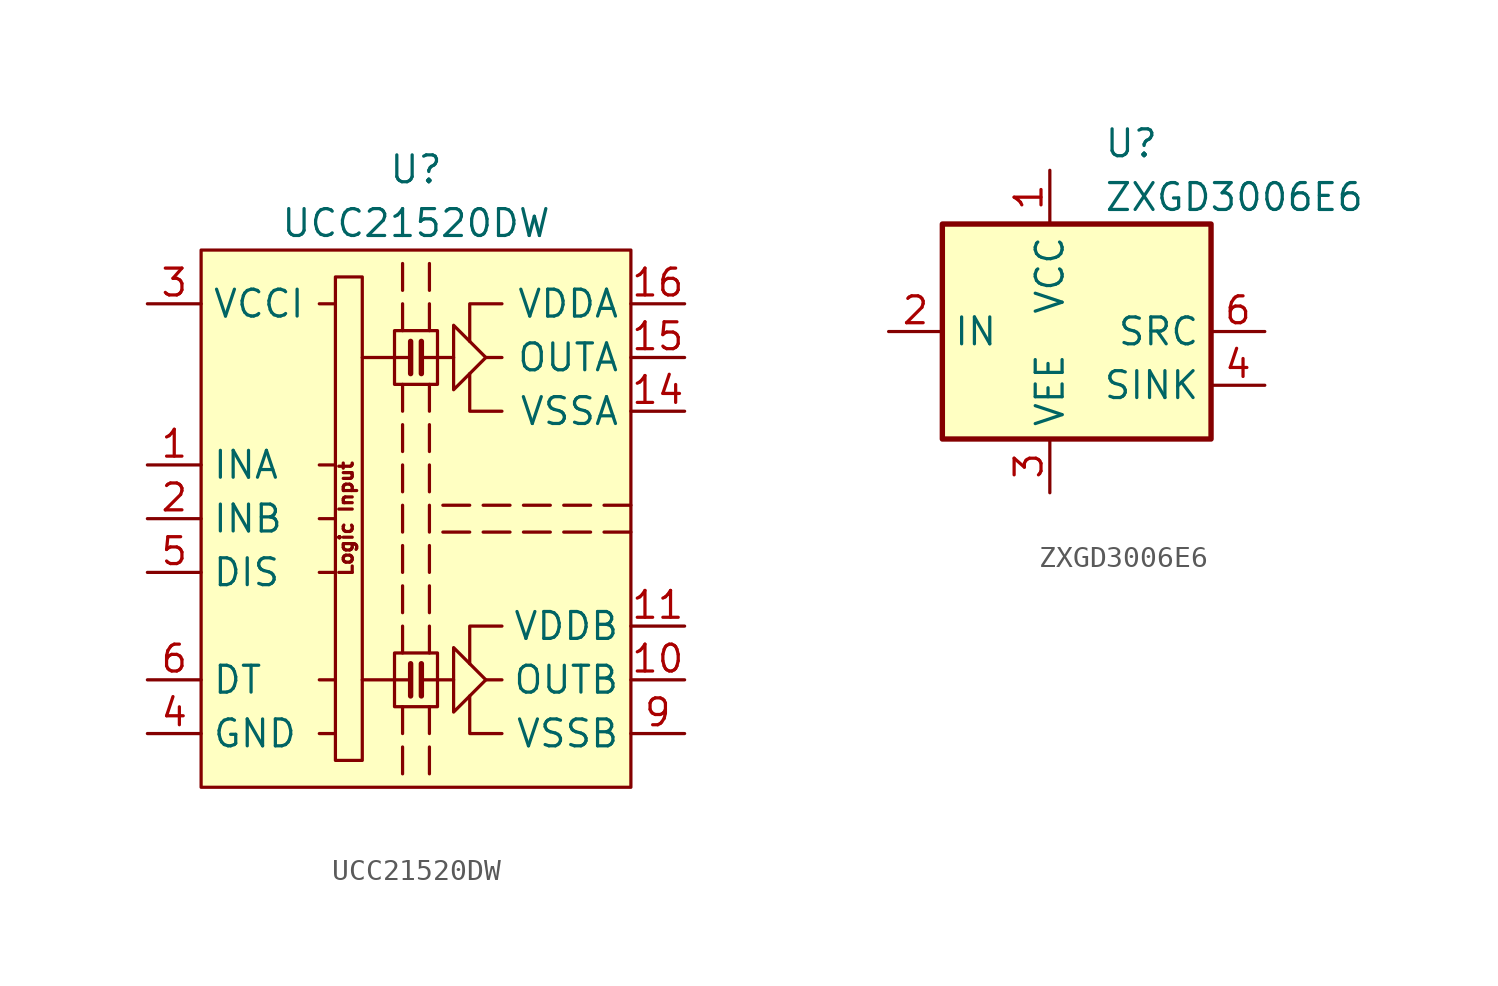
<source format=kicad_sym>
(kicad_symbol_lib
  (version 20201005)
  (generator kicad_symbol_editor)
  (symbol "Driver_FET:UCC21520DW"
    (property "Reference" "U"
      (at 0 16.51 0)
      (effects (font (size 1.27 1.27))))
    (property "Value" "UCC21520DW"
      (at 0 13.97 0)
      (effects (font (size 1.27 1.27))))
    (symbol "UCC21520DW_0_0"
      (text "Logic Input" (at -3.302 0 900) (effects (font (size 0.635 0.635))))
      (rectangle (start 1.016 -6.35) (end -1.016 -8.89) (stroke (width 0)) (fill (type none)))
      (rectangle (start 1.016 8.89) (end -1.016 6.35) (stroke (width 0)) (fill (type none)))
      (polyline (pts (xy -0.635 6.35) (xy -0.635 5.08)) (stroke (width 0)) (fill (type none)))
      (polyline (pts (xy -0.635 10.16) (xy -0.635 8.89)) (stroke (width 0)) (fill (type none)))
      (polyline (pts (xy -0.635 12.065) (xy -0.635 10.795)) (stroke (width 0)) (fill (type none)))
      (polyline (pts (xy -0.254 -7.62) (xy -2.54 -7.62)) (stroke (width 0)) (fill (type none)))
      (polyline (pts (xy -0.254 -6.858) (xy -0.254 -8.382)) (stroke (width 0.254)) (fill (type none)))
      (polyline (pts (xy -0.254 7.62) (xy -2.54 7.62)) (stroke (width 0)) (fill (type none)))
      (polyline (pts (xy -0.254 8.382) (xy -0.254 6.858)) (stroke (width 0.254)) (fill (type none)))
      (polyline (pts (xy 0.254 -7.62) (xy 1.778 -7.62)) (stroke (width 0)) (fill (type none)))
      (polyline (pts (xy 0.254 -6.858) (xy 0.254 -8.382)) (stroke (width 0.254)) (fill (type none)))
      (polyline (pts (xy 0.254 7.62) (xy 1.778 7.62)) (stroke (width 0)) (fill (type none)))
      (polyline (pts (xy 0.254 8.382) (xy 0.254 6.858)) (stroke (width 0.254)) (fill (type none)))
      (polyline (pts (xy 0.635 6.35) (xy 0.635 5.08)) (stroke (width 0)) (fill (type none)))
      (polyline (pts (xy 0.635 8.89) (xy 0.635 10.16)) (stroke (width 0)) (fill (type none)))
      (polyline (pts (xy 0.635 10.795) (xy 0.635 12.065)) (stroke (width 0)) (fill (type none)))
      (polyline (pts (xy 2.54 -0.635) (xy 1.27 -0.635)) (stroke (width 0)) (fill (type none)))
      (polyline (pts (xy 2.54 0.635) (xy 1.27 0.635)) (stroke (width 0)) (fill (type none)))
      (polyline (pts (xy 4.064 -7.62) (xy 3.302 -7.62)) (stroke (width 0)) (fill (type none)))
      (polyline (pts (xy 4.064 7.62) (xy 3.302 7.62)) (stroke (width 0)) (fill (type none)))
      (polyline (pts (xy 4.445 -0.635) (xy 3.175 -0.635)) (stroke (width 0)) (fill (type none)))
      (polyline (pts (xy 4.445 0.635) (xy 3.175 0.635)) (stroke (width 0)) (fill (type none)))
      (polyline (pts (xy 6.35 -0.635) (xy 5.08 -0.635)) (stroke (width 0)) (fill (type none)))
      (polyline (pts (xy 6.35 0.635) (xy 5.08 0.635)) (stroke (width 0)) (fill (type none)))
      (polyline (pts (xy 8.255 -0.635) (xy 6.985 -0.635)) (stroke (width 0)) (fill (type none)))
      (polyline (pts (xy 8.255 0.635) (xy 6.985 0.635)) (stroke (width 0)) (fill (type none)))
      (polyline (pts (xy 10.16 -0.635) (xy 8.89 -0.635)) (stroke (width 0)) (fill (type none)))
      (polyline (pts (xy 10.16 0.635) (xy 8.89 0.635)) (stroke (width 0)) (fill (type none)))
      (polyline (pts (xy 4.064 -10.16) (xy 2.54 -10.16) (xy 2.54 -8.382)) (stroke (width 0)) (fill (type none)))
      (polyline (pts (xy 4.064 -5.08) (xy 2.54 -5.08) (xy 2.54 -6.858)) (stroke (width 0)) (fill (type none)))
      (polyline (pts (xy 4.064 5.08) (xy 2.54 5.08) (xy 2.54 6.858)) (stroke (width 0)) (fill (type none)))
      (polyline (pts (xy 4.064 10.16) (xy 2.54 10.16) (xy 2.54 8.382)) (stroke (width 0)) (fill (type none)))
      (polyline (pts (xy 3.302 -7.62) (xy 1.778 -9.144) (xy 1.778 -6.096) (xy 3.302 -7.62)) (stroke (width 0)) (fill (type none)))
      (polyline (pts (xy 3.302 7.62) (xy 1.778 6.096) (xy 1.778 9.144) (xy 3.302 7.62)) (stroke (width 0)) (fill (type none))))
    (symbol "UCC21520DW_0_1"
      (rectangle (start -3.81 11.43) (end -2.54 -11.43) (stroke (width 0)) (fill (type none)))
      (rectangle (start 10.16 12.7) (end -10.16 -12.7) (stroke (width 0)) (fill (type background)))
      (polyline (pts (xy -3.81 -10.16) (xy -4.572 -10.16)) (stroke (width 0)) (fill (type none)))
      (polyline (pts (xy -3.81 -7.62) (xy -4.572 -7.62)) (stroke (width 0)) (fill (type none)))
      (polyline (pts (xy -3.81 -2.54) (xy -4.572 -2.54)) (stroke (width 0)) (fill (type none)))
      (polyline (pts (xy -3.81 0) (xy -4.572 0)) (stroke (width 0)) (fill (type none)))
      (polyline (pts (xy -3.81 2.54) (xy -4.572 2.54)) (stroke (width 0)) (fill (type none)))
      (polyline (pts (xy -3.81 10.16) (xy -4.572 10.16)) (stroke (width 0)) (fill (type none)))
      (polyline (pts (xy -0.635 -10.795) (xy -0.635 -12.065)) (stroke (width 0)) (fill (type none)))
      (polyline (pts (xy -0.635 -8.89) (xy -0.635 -10.16)) (stroke (width 0)) (fill (type none)))
      (polyline (pts (xy -0.635 -5.08) (xy -0.635 -6.35)) (stroke (width 0)) (fill (type none)))
      (polyline (pts (xy -0.635 -3.175) (xy -0.635 -4.445)) (stroke (width 0)) (fill (type none)))
      (polyline (pts (xy -0.635 -1.27) (xy -0.635 -2.54)) (stroke (width 0)) (fill (type none)))
      (polyline (pts (xy -0.635 0.635) (xy -0.635 -0.635)) (stroke (width 0)) (fill (type none)))
      (polyline (pts (xy -0.635 2.54) (xy -0.635 1.27)) (stroke (width 0)) (fill (type none)))
      (polyline (pts (xy -0.635 4.445) (xy -0.635 3.175)) (stroke (width 0)) (fill (type none)))
      (polyline (pts (xy 0.635 -10.795) (xy 0.635 -12.065)) (stroke (width 0)) (fill (type none)))
      (polyline (pts (xy 0.635 -8.89) (xy 0.635 -10.16)) (stroke (width 0)) (fill (type none)))
      (polyline (pts (xy 0.635 -5.08) (xy 0.635 -6.35)) (stroke (width 0)) (fill (type none)))
      (polyline (pts (xy 0.635 -3.175) (xy 0.635 -4.445)) (stroke (width 0)) (fill (type none)))
      (polyline (pts (xy 0.635 -1.27) (xy 0.635 -2.54)) (stroke (width 0)) (fill (type none)))
      (polyline (pts (xy 0.635 0.635) (xy 0.635 -0.635)) (stroke (width 0)) (fill (type none)))
      (polyline (pts (xy 0.635 2.54) (xy 0.635 1.27)) (stroke (width 0)) (fill (type none)))
      (polyline (pts (xy 0.635 4.445) (xy 0.635 3.175)) (stroke (width 0)) (fill (type none))))
    (symbol "UCC21520DW_1_1"
      (pin input line (at -12.7 2.54 0) (length 2.54) (name "INA" (effects (font (size 1.27 1.27)))) (number "1" (effects (font (size 1.27 1.27)))))
      (pin output line (at 12.7 -7.62 180) (length 2.54) (name "OUTB" (effects (font (size 1.27 1.27)))) (number "10" (effects (font (size 1.27 1.27)))))
      (pin power_in line (at 12.7 -5.08 180) (length 2.54) (name "VDDB" (effects (font (size 1.27 1.27)))) (number "11" (effects (font (size 1.27 1.27)))))
      (pin no_connect line (at 10.16 -2.54 180) (length 2.54) hide (name "NC" (effects (font (size 1.27 1.27)))) (number "12" (effects (font (size 1.27 1.27)))))
      (pin no_connect line (at 10.16 2.54 180) (length 2.54) hide (name "NC" (effects (font (size 1.27 1.27)))) (number "13" (effects (font (size 1.27 1.27)))))
      (pin power_in line (at 12.7 5.08 180) (length 2.54) (name "VSSA" (effects (font (size 1.27 1.27)))) (number "14" (effects (font (size 1.27 1.27)))))
      (pin output line (at 12.7 7.62 180) (length 2.54) (name "OUTA" (effects (font (size 1.27 1.27)))) (number "15" (effects (font (size 1.27 1.27)))))
      (pin power_in line (at 12.7 10.16 180) (length 2.54) (name "VDDA" (effects (font (size 1.27 1.27)))) (number "16" (effects (font (size 1.27 1.27)))))
      (pin input line (at -12.7 0 0) (length 2.54) (name "INB" (effects (font (size 1.27 1.27)))) (number "2" (effects (font (size 1.27 1.27)))))
      (pin power_in line (at -12.7 10.16 0) (length 2.54) (name "VCCI" (effects (font (size 1.27 1.27)))) (number "3" (effects (font (size 1.27 1.27)))))
      (pin power_in line (at -12.7 -10.16 0) (length 2.54) (name "GND" (effects (font (size 1.27 1.27)))) (number "4" (effects (font (size 1.27 1.27)))))
      (pin input line (at -12.7 -2.54 0) (length 2.54) (name "DIS" (effects (font (size 1.27 1.27)))) (number "5" (effects (font (size 1.27 1.27)))))
      (pin passive line (at -12.7 -7.62 0) (length 2.54) (name "DT" (effects (font (size 1.27 1.27)))) (number "6" (effects (font (size 1.27 1.27)))))
      (pin no_connect line (at -10.16 -5.08 0) (length 2.54) hide (name "NC" (effects (font (size 1.27 1.27)))) (number "7" (effects (font (size 1.27 1.27)))))
      (pin passive line (at -12.7 10.16 0) (length 2.54) hide (name "VCCI" (effects (font (size 1.27 1.27)))) (number "8" (effects (font (size 1.27 1.27)))))
      (pin power_in line (at 12.7 -10.16 180) (length 2.54) (name "VSSB" (effects (font (size 1.27 1.27)))) (number "9" (effects (font (size 1.27 1.27)))))))
  (symbol "Driver_FET:ZXGD3006E6"
    (property "Reference" "U"
      (at 2.54 8.89 0)
      (effects (font (size 1.27 1.27)) (justify left)))
    (property "Value" "ZXGD3006E6"
      (at 2.54 6.35 0)
      (effects (font (size 1.27 1.27)) (justify left)))
    (symbol "ZXGD3006E6_0_1"
      (rectangle (start -5.08 5.08) (end 7.62 -5.08) (stroke (width 0.254)) (fill (type background))))
    (symbol "ZXGD3006E6_1_1"
      (pin power_in line (at 0 7.62 270) (length 2.54) (name "VCC" (effects (font (size 1.27 1.27)))) (number "1" (effects (font (size 1.27 1.27)))))
      (pin input line (at -7.62 0 0) (length 2.54) (name "IN" (effects (font (size 1.27 1.27)))) (number "2" (effects (font (size 1.27 1.27)))))
      (pin power_in line (at 0 -7.62 90) (length 2.54) (name "VEE" (effects (font (size 1.27 1.27)))) (number "3" (effects (font (size 1.27 1.27)))))
      (pin open_collector line (at 10.16 -2.54 180) (length 2.54) (name "SINK" (effects (font (size 1.27 1.27)))) (number "4" (effects (font (size 1.27 1.27)))))
      (pin no_connect line (at 7.62 2.54 180) (length 2.54) hide (name "NC" (effects (font (size 1.27 1.27)))) (number "5" (effects (font (size 1.27 1.27)))))
      (pin open_emitter line (at 10.16 0 180) (length 2.54) (name "SRC" (effects (font (size 1.27 1.27)))) (number "6" (effects (font (size 1.27 1.27))))))))
</source>
